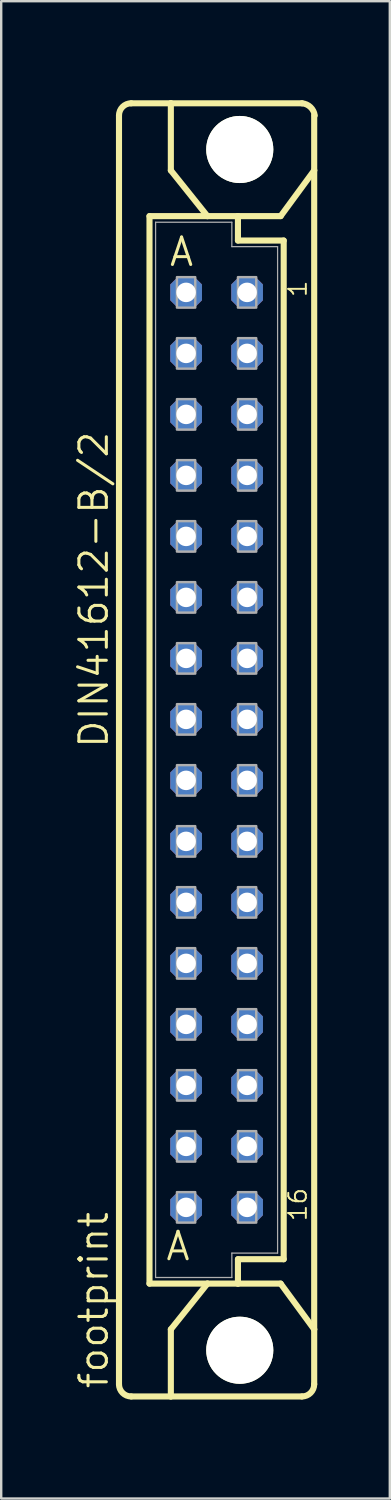
<source format=kicad_pcb>
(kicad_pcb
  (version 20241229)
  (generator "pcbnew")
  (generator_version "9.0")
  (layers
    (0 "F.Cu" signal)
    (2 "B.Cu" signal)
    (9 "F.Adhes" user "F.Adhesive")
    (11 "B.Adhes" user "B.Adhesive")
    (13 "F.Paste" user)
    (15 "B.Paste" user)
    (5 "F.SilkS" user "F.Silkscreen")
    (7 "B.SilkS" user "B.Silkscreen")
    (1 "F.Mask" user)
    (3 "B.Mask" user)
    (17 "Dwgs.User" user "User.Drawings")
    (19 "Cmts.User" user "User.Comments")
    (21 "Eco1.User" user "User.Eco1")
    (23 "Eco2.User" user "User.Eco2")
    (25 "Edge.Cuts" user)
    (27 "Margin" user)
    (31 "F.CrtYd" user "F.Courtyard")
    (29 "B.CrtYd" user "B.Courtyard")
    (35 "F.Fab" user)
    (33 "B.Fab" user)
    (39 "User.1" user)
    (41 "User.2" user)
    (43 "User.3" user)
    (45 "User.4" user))
  (footprint "footprint"
    (layer "F.Cu")
    (at 5.969 28.175)
    (property "Reference" "footprint" (at -4.445 26.67 90) (layer "F.SilkS") (effects (font (size 1.143 1.143) (thickness 0.127)) (justify left bottom)))
    (fp_line (start -4.064 26.416) (end -4.064 -26.416) (stroke (width 0.254) (type solid)) (layer "F.SilkS"))
    (fp_line (start -3.556 26.924) (end -1.905 26.924) (stroke (width 0.254) (type solid)) (layer "F.SilkS"))
    (fp_line (start -2.794 22.225) (end -2.794 -22.225) (stroke (width 0.254) (type solid)) (layer "F.SilkS"))
    (fp_line (start -1.905 -26.924) (end -3.556 -26.924) (stroke (width 0.254) (type solid)) (layer "F.SilkS"))
    (fp_line (start -1.905 -26.924) (end -1.905 -24.13) (stroke (width 0.254) (type solid)) (layer "F.SilkS"))
    (fp_line (start -1.905 26.924) (end -1.905 24.13) (stroke (width 0.254) (type solid)) (layer "F.SilkS"))
    (fp_line (start -1.905 26.924) (end 3.556 26.924) (stroke (width 0.254) (type solid)) (layer "F.SilkS"))
    (fp_line (start -0.381 -22.225) (end -2.794 -22.225) (stroke (width 0.254) (type solid)) (layer "F.SilkS"))
    (fp_line (start -0.381 -22.225) (end -1.905 -24.13) (stroke (width 0.254) (type solid)) (layer "F.SilkS"))
    (fp_line (start -0.381 -22.225) (end 0.889 -22.225) (stroke (width 0.254) (type solid)) (layer "F.SilkS"))
    (fp_line (start -0.381 22.225) (end -2.794 22.225) (stroke (width 0.254) (type solid)) (layer "F.SilkS"))
    (fp_line (start -0.381 22.225) (end -1.905 24.13) (stroke (width 0.254) (type solid)) (layer "F.SilkS"))
    (fp_line (start 0.889 -22.225) (end 2.667 -22.225) (stroke (width 0.254) (type solid)) (layer "F.SilkS"))
    (fp_line (start 0.889 -21.209) (end 0.889 -22.225) (stroke (width 0.254) (type solid)) (layer "F.SilkS"))
    (fp_line (start 0.889 21.209) (end 2.794 21.209) (stroke (width 0.254) (type solid)) (layer "F.SilkS"))
    (fp_line (start 0.889 22.225) (end -0.381 22.225) (stroke (width 0.254) (type solid)) (layer "F.SilkS"))
    (fp_line (start 0.889 22.225) (end 0.889 21.209) (stroke (width 0.254) (type solid)) (layer "F.SilkS"))
    (fp_line (start 0.889 22.225) (end 2.667 22.225) (stroke (width 0.254) (type solid)) (layer "F.SilkS"))
    (fp_line (start 2.667 -22.225) (end 4.064 -24.13) (stroke (width 0.254) (type solid)) (layer "F.SilkS"))
    (fp_line (start 2.667 22.225) (end 4.064 24.13) (stroke (width 0.254) (type solid)) (layer "F.SilkS"))
    (fp_line (start 2.794 -21.209) (end 0.889 -21.209) (stroke (width 0.254) (type solid)) (layer "F.SilkS"))
    (fp_line (start 2.794 21.209) (end 2.794 -21.209) (stroke (width 0.254) (type solid)) (layer "F.SilkS"))
    (fp_line (start 3.556 -26.924) (end -1.905 -26.924) (stroke (width 0.254) (type solid)) (layer "F.SilkS"))
    (fp_line (start 4.064 -24.13) (end 4.064 -26.416) (stroke (width 0.254) (type solid)) (layer "F.SilkS"))
    (fp_line (start 4.064 -24.13) (end 4.064 24.13) (stroke (width 0.254) (type solid)) (layer "F.SilkS"))
    (fp_line (start 4.064 26.416) (end 4.064 24.13) (stroke (width 0.254) (type solid)) (layer "F.SilkS"))
    (fp_arc (start -4.064 -26.416) (mid -3.91521 -26.77521) (end -3.556 -26.924) (stroke (width 0.254) (type solid)) (layer "F.SilkS"))
    (fp_arc (start -3.556 26.924) (mid -3.91521 26.77521) (end -4.064 26.416) (stroke (width 0.254) (type solid)) (layer "F.SilkS"))
    (fp_arc (start 3.556 -26.924) (mid 3.909437 -26.764314) (end 4.086 -26.418999) (stroke (width 0.254) (type solid)) (layer "F.SilkS"))
    (fp_arc (start 4.064 26.416) (mid 3.91521 26.77521) (end 3.556 26.924) (stroke (width 0.254) (type solid)) (layer "F.SilkS"))
    (fp_circle (center 0.965 -25) (end 2.235 -25) (stroke (width 0.254) (type solid)) (fill no) (layer "F.SilkS"))
    (fp_circle (center 0.965 25) (end 2.235 25) (stroke (width 0.254) (type solid)) (fill no) (layer "F.SilkS"))
    (fp_line (start -2.54 -21.971) (end -2.54 21.971) (stroke (width 0.051) (type solid)) (layer "F.Fab"))
    (fp_line (start 0.635 -21.971) (end -2.54 -21.971) (stroke (width 0.051) (type solid)) (layer "F.Fab"))
    (fp_line (start 0.635 -20.955) (end 0.635 -21.971) (stroke (width 0.051) (type solid)) (layer "F.Fab"))
    (fp_line (start 0.635 20.955) (end 0.635 21.971) (stroke (width 0.051) (type solid)) (layer "F.Fab"))
    (fp_line (start 0.635 20.955) (end 2.54 20.955) (stroke (width 0.051) (type solid)) (layer "F.Fab"))
    (fp_line (start 0.635 21.971) (end -2.54 21.971) (stroke (width 0.051) (type solid)) (layer "F.Fab"))
    (fp_line (start 2.54 -20.955) (end 0.635 -20.955) (stroke (width 0.051) (type solid)) (layer "F.Fab"))
    (fp_line (start 2.54 20.955) (end 2.54 -20.955) (stroke (width 0.051) (type solid)) (layer "F.Fab"))
    (fp_poly (pts (xy -1.651 -18.415) (xy -0.889 -18.415) (xy -0.889 -19.685) (xy -1.651 -19.685)) (stroke (width 0.1) (type solid)) (fill no) (layer "F.Fab"))
    (fp_poly (pts (xy -1.651 -15.875) (xy -0.889 -15.875) (xy -0.889 -17.145) (xy -1.651 -17.145)) (stroke (width 0.1) (type solid)) (fill no) (layer "F.Fab"))
    (fp_poly (pts (xy -1.651 -13.335) (xy -0.889 -13.335) (xy -0.889 -14.605) (xy -1.651 -14.605)) (stroke (width 0.1) (type solid)) (fill no) (layer "F.Fab"))
    (fp_poly (pts (xy -1.651 -10.795) (xy -0.889 -10.795) (xy -0.889 -12.065) (xy -1.651 -12.065)) (stroke (width 0.1) (type solid)) (fill no) (layer "F.Fab"))
    (fp_poly (pts (xy -1.651 -8.255) (xy -0.889 -8.255) (xy -0.889 -9.525) (xy -1.651 -9.525)) (stroke (width 0.1) (type solid)) (fill no) (layer "F.Fab"))
    (fp_poly (pts (xy -1.651 -5.715) (xy -0.889 -5.715) (xy -0.889 -6.985) (xy -1.651 -6.985)) (stroke (width 0.1) (type solid)) (fill no) (layer "F.Fab"))
    (fp_poly (pts (xy -1.651 -3.175) (xy -0.889 -3.175) (xy -0.889 -4.445) (xy -1.651 -4.445)) (stroke (width 0.1) (type solid)) (fill no) (layer "F.Fab"))
    (fp_poly (pts (xy -1.651 -0.635) (xy -0.889 -0.635) (xy -0.889 -1.905) (xy -1.651 -1.905)) (stroke (width 0.1) (type solid)) (fill no) (layer "F.Fab"))
    (fp_poly (pts (xy -1.651 1.905) (xy -0.889 1.905) (xy -0.889 0.635) (xy -1.651 0.635)) (stroke (width 0.1) (type solid)) (fill no) (layer "F.Fab"))
    (fp_poly (pts (xy -1.651 4.445) (xy -0.889 4.445) (xy -0.889 3.175) (xy -1.651 3.175)) (stroke (width 0.1) (type solid)) (fill no) (layer "F.Fab"))
    (fp_poly (pts (xy -1.651 6.985) (xy -0.889 6.985) (xy -0.889 5.715) (xy -1.651 5.715)) (stroke (width 0.1) (type solid)) (fill no) (layer "F.Fab"))
    (fp_poly (pts (xy -1.651 9.525) (xy -0.889 9.525) (xy -0.889 8.255) (xy -1.651 8.255)) (stroke (width 0.1) (type solid)) (fill no) (layer "F.Fab"))
    (fp_poly (pts (xy -1.651 12.065) (xy -0.889 12.065) (xy -0.889 10.795) (xy -1.651 10.795)) (stroke (width 0.1) (type solid)) (fill no) (layer "F.Fab"))
    (fp_poly (pts (xy -1.651 14.605) (xy -0.889 14.605) (xy -0.889 13.335) (xy -1.651 13.335)) (stroke (width 0.1) (type solid)) (fill no) (layer "F.Fab"))
    (fp_poly (pts (xy -1.651 17.145) (xy -0.889 17.145) (xy -0.889 15.875) (xy -1.651 15.875)) (stroke (width 0.1) (type solid)) (fill no) (layer "F.Fab"))
    (fp_poly (pts (xy -1.651 19.685) (xy -0.889 19.685) (xy -0.889 18.415) (xy -1.651 18.415)) (stroke (width 0.1) (type solid)) (fill no) (layer "F.Fab"))
    (fp_poly (pts (xy 0.889 -18.415) (xy 1.651 -18.415) (xy 1.651 -19.685) (xy 0.889 -19.685)) (stroke (width 0.1) (type solid)) (fill no) (layer "F.Fab"))
    (fp_poly (pts (xy 0.889 -15.875) (xy 1.651 -15.875) (xy 1.651 -17.145) (xy 0.889 -17.145)) (stroke (width 0.1) (type solid)) (fill no) (layer "F.Fab"))
    (fp_poly (pts (xy 0.889 -13.335) (xy 1.651 -13.335) (xy 1.651 -14.605) (xy 0.889 -14.605)) (stroke (width 0.1) (type solid)) (fill no) (layer "F.Fab"))
    (fp_poly (pts (xy 0.889 -10.795) (xy 1.651 -10.795) (xy 1.651 -12.065) (xy 0.889 -12.065)) (stroke (width 0.1) (type solid)) (fill no) (layer "F.Fab"))
    (fp_poly (pts (xy 0.889 -8.255) (xy 1.651 -8.255) (xy 1.651 -9.525) (xy 0.889 -9.525)) (stroke (width 0.1) (type solid)) (fill no) (layer "F.Fab"))
    (fp_poly (pts (xy 0.889 -5.715) (xy 1.651 -5.715) (xy 1.651 -6.985) (xy 0.889 -6.985)) (stroke (width 0.1) (type solid)) (fill no) (layer "F.Fab"))
    (fp_poly (pts (xy 0.889 -3.175) (xy 1.651 -3.175) (xy 1.651 -4.445) (xy 0.889 -4.445)) (stroke (width 0.1) (type solid)) (fill no) (layer "F.Fab"))
    (fp_poly (pts (xy 0.889 -0.635) (xy 1.651 -0.635) (xy 1.651 -1.905) (xy 0.889 -1.905)) (stroke (width 0.1) (type solid)) (fill no) (layer "F.Fab"))
    (fp_poly (pts (xy 0.889 1.905) (xy 1.651 1.905) (xy 1.651 0.635) (xy 0.889 0.635)) (stroke (width 0.1) (type solid)) (fill no) (layer "F.Fab"))
    (fp_poly (pts (xy 0.889 4.445) (xy 1.651 4.445) (xy 1.651 3.175) (xy 0.889 3.175)) (stroke (width 0.1) (type solid)) (fill no) (layer "F.Fab"))
    (fp_poly (pts (xy 0.889 6.985) (xy 1.651 6.985) (xy 1.651 5.715) (xy 0.889 5.715)) (stroke (width 0.1) (type solid)) (fill no) (layer "F.Fab"))
    (fp_poly (pts (xy 0.889 9.525) (xy 1.651 9.525) (xy 1.651 8.255) (xy 0.889 8.255)) (stroke (width 0.1) (type solid)) (fill no) (layer "F.Fab"))
    (fp_poly (pts (xy 0.889 12.065) (xy 1.651 12.065) (xy 1.651 10.795) (xy 0.889 10.795)) (stroke (width 0.1) (type solid)) (fill no) (layer "F.Fab"))
    (fp_poly (pts (xy 0.889 14.605) (xy 1.651 14.605) (xy 1.651 13.335) (xy 0.889 13.335)) (stroke (width 0.1) (type solid)) (fill no) (layer "F.Fab"))
    (fp_poly (pts (xy 0.889 17.145) (xy 1.651 17.145) (xy 1.651 15.875) (xy 0.889 15.875)) (stroke (width 0.1) (type solid)) (fill no) (layer "F.Fab"))
    (fp_poly (pts (xy 0.889 19.685) (xy 1.651 19.685) (xy 1.651 18.415) (xy 0.889 18.415)) (stroke (width 0.1) (type solid)) (fill no) (layer "F.Fab"))
    (fp_text user "A" (at -2.032 -20.066 0) (layer "F.SilkS") (effects (font (size 1.143 1.143) (thickness 0.127)) (justify left bottom)))
    (fp_text user "DIN41612-B/2" (at -4.445 0 90) (layer "F.SilkS") (effects (font (size 1.143 1.143) (thickness 0.127)) (justify left bottom)))
    (fp_text user "16" (at 3.81 19.685 90) (layer "F.SilkS") (effects (font (size 0.732 0.732) (thickness 0.081)) (justify left bottom)))
    (fp_text user "1" (at 3.81 -18.796 90) (layer "F.SilkS") (effects (font (size 0.732 0.732) (thickness 0.081)) (justify left bottom)))
    (fp_text user " A " (at -3.051 21.336 0) (layer "F.SilkS") (effects (font (size 1.143 1.143) (thickness 0.127)) (justify left bottom)))
    (pad "" np_thru_hole circle (at 0.965 -25) (size 2.794 2.794) (drill 2.794) (layers "*.Cu" "*.Mask"))
    (pad "" np_thru_hole circle (at 0.965 25) (size 2.794 2.794) (drill 2.794) (layers "*.Cu" "*.Mask"))
    (pad "A1" thru_hole roundrect (at -1.27 -19.05) (size 1.321 1.321) (drill 0.813) (layers "*.Cu" "*.Mask") (roundrect_rratio 0.25) (chamfer_ratio 0.25) (chamfer top_left top_right bottom_left bottom_right))
    (pad "A2" thru_hole roundrect (at -1.27 -16.51) (size 1.321 1.321) (drill 0.813) (layers "*.Cu" "*.Mask") (roundrect_rratio 0.25) (chamfer_ratio 0.25) (chamfer top_left top_right bottom_left bottom_right))
    (pad "A3" thru_hole roundrect (at -1.27 -13.97) (size 1.321 1.321) (drill 0.813) (layers "*.Cu" "*.Mask") (roundrect_rratio 0.25) (chamfer_ratio 0.25) (chamfer top_left top_right bottom_left bottom_right))
    (pad "A4" thru_hole roundrect (at -1.27 -11.43) (size 1.321 1.321) (drill 0.813) (layers "*.Cu" "*.Mask") (roundrect_rratio 0.25) (chamfer_ratio 0.25) (chamfer top_left top_right bottom_left bottom_right))
    (pad "A5" thru_hole roundrect (at -1.27 -8.89) (size 1.321 1.321) (drill 0.813) (layers "*.Cu" "*.Mask") (roundrect_rratio 0.25) (chamfer_ratio 0.25) (chamfer top_left top_right bottom_left bottom_right))
    (pad "A6" thru_hole roundrect (at -1.27 -6.35) (size 1.321 1.321) (drill 0.813) (layers "*.Cu" "*.Mask") (roundrect_rratio 0.25) (chamfer_ratio 0.25) (chamfer top_left top_right bottom_left bottom_right))
    (pad "A7" thru_hole roundrect (at -1.27 -3.81) (size 1.321 1.321) (drill 0.813) (layers "*.Cu" "*.Mask") (roundrect_rratio 0.25) (chamfer_ratio 0.25) (chamfer top_left top_right bottom_left bottom_right))
    (pad "A8" thru_hole roundrect (at -1.27 -1.27) (size 1.321 1.321) (drill 0.813) (layers "*.Cu" "*.Mask") (roundrect_rratio 0.25) (chamfer_ratio 0.25) (chamfer top_left top_right bottom_left bottom_right))
    (pad "A9" thru_hole roundrect (at -1.27 1.27) (size 1.321 1.321) (drill 0.813) (layers "*.Cu" "*.Mask") (roundrect_rratio 0.25) (chamfer_ratio 0.25) (chamfer top_left top_right bottom_left bottom_right))
    (pad "A10" thru_hole roundrect (at -1.27 3.81) (size 1.321 1.321) (drill 0.813) (layers "*.Cu" "*.Mask") (roundrect_rratio 0.25) (chamfer_ratio 0.25) (chamfer top_left top_right bottom_left bottom_right))
    (pad "A11" thru_hole roundrect (at -1.27 6.35) (size 1.321 1.321) (drill 0.813) (layers "*.Cu" "*.Mask") (roundrect_rratio 0.25) (chamfer_ratio 0.25) (chamfer top_left top_right bottom_left bottom_right))
    (pad "A12" thru_hole roundrect (at -1.27 8.89) (size 1.321 1.321) (drill 0.813) (layers "*.Cu" "*.Mask") (roundrect_rratio 0.25) (chamfer_ratio 0.25) (chamfer top_left top_right bottom_left bottom_right))
    (pad "A13" thru_hole roundrect (at -1.27 11.43) (size 1.321 1.321) (drill 0.813) (layers "*.Cu" "*.Mask") (roundrect_rratio 0.25) (chamfer_ratio 0.25) (chamfer top_left top_right bottom_left bottom_right))
    (pad "A14" thru_hole roundrect (at -1.27 13.97) (size 1.321 1.321) (drill 0.813) (layers "*.Cu" "*.Mask") (roundrect_rratio 0.25) (chamfer_ratio 0.25) (chamfer top_left top_right bottom_left bottom_right))
    (pad "A15" thru_hole roundrect (at -1.27 16.51) (size 1.321 1.321) (drill 0.813) (layers "*.Cu" "*.Mask") (roundrect_rratio 0.25) (chamfer_ratio 0.25) (chamfer top_left top_right bottom_left bottom_right))
    (pad "A16" thru_hole roundrect (at -1.27 19.05) (size 1.321 1.321) (drill 0.813) (layers "*.Cu" "*.Mask") (roundrect_rratio 0.25) (chamfer_ratio 0.25) (chamfer top_left top_right bottom_left bottom_right))
    (pad "B1" thru_hole roundrect (at 1.27 -19.05) (size 1.321 1.321) (drill 0.813) (layers "*.Cu" "*.Mask") (roundrect_rratio 0.25) (chamfer_ratio 0.25) (chamfer top_left top_right bottom_left bottom_right))
    (pad "B2" thru_hole roundrect (at 1.27 -16.51) (size 1.321 1.321) (drill 0.813) (layers "*.Cu" "*.Mask") (roundrect_rratio 0.25) (chamfer_ratio 0.25) (chamfer top_left top_right bottom_left bottom_right))
    (pad "B3" thru_hole roundrect (at 1.27 -13.97) (size 1.321 1.321) (drill 0.813) (layers "*.Cu" "*.Mask") (roundrect_rratio 0.25) (chamfer_ratio 0.25) (chamfer top_left top_right bottom_left bottom_right))
    (pad "B4" thru_hole roundrect (at 1.27 -11.43) (size 1.321 1.321) (drill 0.813) (layers "*.Cu" "*.Mask") (roundrect_rratio 0.25) (chamfer_ratio 0.25) (chamfer top_left top_right bottom_left bottom_right))
    (pad "B5" thru_hole roundrect (at 1.27 -8.89) (size 1.321 1.321) (drill 0.813) (layers "*.Cu" "*.Mask") (roundrect_rratio 0.25) (chamfer_ratio 0.25) (chamfer top_left top_right bottom_left bottom_right))
    (pad "B6" thru_hole roundrect (at 1.27 -6.35) (size 1.321 1.321) (drill 0.813) (layers "*.Cu" "*.Mask") (roundrect_rratio 0.25) (chamfer_ratio 0.25) (chamfer top_left top_right bottom_left bottom_right))
    (pad "B7" thru_hole roundrect (at 1.27 -3.81) (size 1.321 1.321) (drill 0.813) (layers "*.Cu" "*.Mask") (roundrect_rratio 0.25) (chamfer_ratio 0.25) (chamfer top_left top_right bottom_left bottom_right))
    (pad "B8" thru_hole roundrect (at 1.27 -1.27) (size 1.321 1.321) (drill 0.813) (layers "*.Cu" "*.Mask") (roundrect_rratio 0.25) (chamfer_ratio 0.25) (chamfer top_left top_right bottom_left bottom_right))
    (pad "B9" thru_hole roundrect (at 1.27 1.27) (size 1.321 1.321) (drill 0.813) (layers "*.Cu" "*.Mask") (roundrect_rratio 0.25) (chamfer_ratio 0.25) (chamfer top_left top_right bottom_left bottom_right))
    (pad "B10" thru_hole roundrect (at 1.27 3.81) (size 1.321 1.321) (drill 0.813) (layers "*.Cu" "*.Mask") (roundrect_rratio 0.25) (chamfer_ratio 0.25) (chamfer top_left top_right bottom_left bottom_right))
    (pad "B11" thru_hole roundrect (at 1.27 6.35) (size 1.321 1.321) (drill 0.813) (layers "*.Cu" "*.Mask") (roundrect_rratio 0.25) (chamfer_ratio 0.25) (chamfer top_left top_right bottom_left bottom_right))
    (pad "B12" thru_hole roundrect (at 1.27 8.89) (size 1.321 1.321) (drill 0.813) (layers "*.Cu" "*.Mask") (roundrect_rratio 0.25) (chamfer_ratio 0.25) (chamfer top_left top_right bottom_left bottom_right))
    (pad "B13" thru_hole roundrect (at 1.27 11.43) (size 1.321 1.321) (drill 0.813) (layers "*.Cu" "*.Mask") (roundrect_rratio 0.25) (chamfer_ratio 0.25) (chamfer top_left top_right bottom_left bottom_right))
    (pad "B14" thru_hole roundrect (at 1.27 13.97) (size 1.321 1.321) (drill 0.813) (layers "*.Cu" "*.Mask") (roundrect_rratio 0.25) (chamfer_ratio 0.25) (chamfer top_left top_right bottom_left bottom_right))
    (pad "B15" thru_hole roundrect (at 1.27 16.51) (size 1.321 1.321) (drill 0.813) (layers "*.Cu" "*.Mask") (roundrect_rratio 0.25) (chamfer_ratio 0.25) (chamfer top_left top_right bottom_left bottom_right))
    (pad "B16" thru_hole roundrect (at 1.27 19.05) (size 1.321 1.321) (drill 0.813) (layers "*.Cu" "*.Mask") (roundrect_rratio 0.25) (chamfer_ratio 0.25) (chamfer top_left top_right bottom_left bottom_right))
    (zone (net_name "") (layers "F.Cu" "B.Cu") (hatch edge 0.508) (connect_pads) (min_thickness 0.254) (filled_areas_thickness no) (keepout (tracks allowed) (vias not_allowed) (pads allowed) (copperpour allowed) (footprints allowed)) (placement (enabled no)) (fill) (polygon (pts (xy 10.109 3.175) (xy 10.061 2.624) (xy 9.918 2.089) (xy 9.684 1.587) (xy 9.366 1.134) (xy 8.975 0.743) (xy 8.522 0.425) (xy 8.02 0.191) (xy 7.486 0.048) (xy 6.934 0) (xy 6.383 0.048) (xy 5.848 0.191) (xy 5.347 0.425) (xy 4.893 0.743) (xy 4.502 1.134) (xy 4.185 1.587) (xy 3.951 2.089) (xy 3.807 2.624) (xy 3.759 3.175) (xy 3.807 3.726) (xy 3.951 4.261) (xy 4.185 4.763) (xy 4.502 5.216) (xy 4.893 5.607) (xy 5.347 5.925) (xy 5.848 6.159) (xy 6.383 6.302) (xy 6.934 6.35) (xy 7.486 6.302) (xy 8.02 6.159) (xy 8.522 5.925) (xy 8.975 5.607) (xy 9.366 5.216) (xy 9.684 4.763) (xy 9.918 4.261) (xy 10.061 3.726))) (polygon (pts (xy 8.331 3.175) (xy 8.31 2.932) (xy 8.247 2.697) (xy 8.144 2.477) (xy 8.004 2.277) (xy 7.832 2.105) (xy 7.633 1.965) (xy 7.412 1.862) (xy 7.177 1.799) (xy 6.934 1.778) (xy 6.692 1.799) (xy 6.456 1.862) (xy 6.236 1.965) (xy 6.036 2.105) (xy 5.864 2.277) (xy 5.724 2.477) (xy 5.621 2.697) (xy 5.558 2.932) (xy 5.537 3.175) (xy 5.558 3.418) (xy 5.621 3.653) (xy 5.724 3.873) (xy 5.864 4.073) (xy 6.036 4.245) (xy 6.236 4.385) (xy 6.456 4.488) (xy 6.692 4.551) (xy 6.934 4.572) (xy 7.177 4.551) (xy 7.412 4.488) (xy 7.633 4.385) (xy 7.832 4.245) (xy 8.004 4.073) (xy 8.144 3.873) (xy 8.247 3.653) (xy 8.31 3.418))))
    (zone (net_name "") (layers "F.Cu" "B.Cu") (hatch edge 0.508) (connect_pads) (min_thickness 0.254) (filled_areas_thickness no) (keepout (tracks allowed) (vias not_allowed) (pads allowed) (copperpour allowed) (footprints allowed)) (placement (enabled no)) (fill) (polygon (pts (xy 10.109 53.175) (xy 10.061 52.624) (xy 9.918 52.089) (xy 9.684 51.587) (xy 9.366 51.134) (xy 8.975 50.743) (xy 8.522 50.425) (xy 8.02 50.191) (xy 7.486 50.048) (xy 6.934 50) (xy 6.383 50.048) (xy 5.848 50.191) (xy 5.347 50.425) (xy 4.893 50.743) (xy 4.502 51.134) (xy 4.185 51.587) (xy 3.951 52.089) (xy 3.807 52.624) (xy 3.759 53.175) (xy 3.807 53.726) (xy 3.951 54.261) (xy 4.185 54.763) (xy 4.502 55.216) (xy 4.893 55.607) (xy 5.347 55.925) (xy 5.848 56.159) (xy 6.383 56.302) (xy 6.934 56.35) (xy 7.486 56.302) (xy 8.02 56.159) (xy 8.522 55.925) (xy 8.975 55.607) (xy 9.366 55.216) (xy 9.684 54.763) (xy 9.918 54.261) (xy 10.061 53.726))) (polygon (pts (xy 8.331 53.175) (xy 8.31 52.932) (xy 8.247 52.697) (xy 8.144 52.477) (xy 8.004 52.277) (xy 7.832 52.105) (xy 7.633 51.965) (xy 7.412 51.862) (xy 7.177 51.799) (xy 6.934 51.778) (xy 6.692 51.799) (xy 6.456 51.862) (xy 6.236 51.965) (xy 6.036 52.105) (xy 5.864 52.277) (xy 5.724 52.477) (xy 5.621 52.697) (xy 5.558 52.932) (xy 5.537 53.175) (xy 5.558 53.418) (xy 5.621 53.653) (xy 5.724 53.873) (xy 5.864 54.073) (xy 6.036 54.245) (xy 6.236 54.385) (xy 6.456 54.488) (xy 6.692 54.551) (xy 6.934 54.572) (xy 7.177 54.551) (xy 7.412 54.488) (xy 7.633 54.385) (xy 7.832 54.245) (xy 8.004 54.073) (xy 8.144 53.873) (xy 8.247 53.653) (xy 8.31 53.418))))
    (zone (net_name "") (layer "B.Cu") (hatch edge 0.508) (connect_pads) (min_thickness 0.254) (filled_areas_thickness no) (keepout (tracks not_allowed) (vias not_allowed) (pads not_allowed) (copperpour not_allowed) (footprints allowed)) (placement (enabled no)) (fill) (polygon (pts (xy 10.109 3.175) (xy 10.061 2.624) (xy 9.918 2.089) (xy 9.684 1.587) (xy 9.366 1.134) (xy 8.975 0.743) (xy 8.522 0.425) (xy 8.02 0.191) (xy 7.486 0.048) (xy 6.934 0) (xy 6.383 0.048) (xy 5.848 0.191) (xy 5.347 0.425) (xy 4.893 0.743) (xy 4.502 1.134) (xy 4.185 1.587) (xy 3.951 2.089) (xy 3.807 2.624) (xy 3.759 3.175) (xy 3.807 3.726) (xy 3.951 4.261) (xy 4.185 4.763) (xy 4.502 5.216) (xy 4.893 5.607) (xy 5.347 5.925) (xy 5.848 6.159) (xy 6.383 6.302) (xy 6.934 6.35) (xy 7.486 6.302) (xy 8.02 6.159) (xy 8.522 5.925) (xy 8.975 5.607) (xy 9.366 5.216) (xy 9.684 4.763) (xy 9.918 4.261) (xy 10.061 3.726))) (polygon (pts (xy 8.331 3.175) (xy 8.31 2.932) (xy 8.247 2.697) (xy 8.144 2.477) (xy 8.004 2.277) (xy 7.832 2.105) (xy 7.633 1.965) (xy 7.412 1.862) (xy 7.177 1.799) (xy 6.934 1.778) (xy 6.692 1.799) (xy 6.456 1.862) (xy 6.236 1.965) (xy 6.036 2.105) (xy 5.864 2.277) (xy 5.724 2.477) (xy 5.621 2.697) (xy 5.558 2.932) (xy 5.537 3.175) (xy 5.558 3.418) (xy 5.621 3.653) (xy 5.724 3.873) (xy 5.864 4.073) (xy 6.036 4.245) (xy 6.236 4.385) (xy 6.456 4.488) (xy 6.692 4.551) (xy 6.934 4.572) (xy 7.177 4.551) (xy 7.412 4.488) (xy 7.633 4.385) (xy 7.832 4.245) (xy 8.004 4.073) (xy 8.144 3.873) (xy 8.247 3.653) (xy 8.31 3.418))))
    (zone (net_name "") (layer "B.Cu") (hatch edge 0.508) (connect_pads) (min_thickness 0.254) (filled_areas_thickness no) (keepout (tracks not_allowed) (vias not_allowed) (pads not_allowed) (copperpour not_allowed) (footprints allowed)) (placement (enabled no)) (fill) (polygon (pts (xy 10.109 53.175) (xy 10.061 52.624) (xy 9.918 52.089) (xy 9.684 51.587) (xy 9.366 51.134) (xy 8.975 50.743) (xy 8.522 50.425) (xy 8.02 50.191) (xy 7.486 50.048) (xy 6.934 50) (xy 6.383 50.048) (xy 5.848 50.191) (xy 5.347 50.425) (xy 4.893 50.743) (xy 4.502 51.134) (xy 4.185 51.587) (xy 3.951 52.089) (xy 3.807 52.624) (xy 3.759 53.175) (xy 3.807 53.726) (xy 3.951 54.261) (xy 4.185 54.763) (xy 4.502 55.216) (xy 4.893 55.607) (xy 5.347 55.925) (xy 5.848 56.159) (xy 6.383 56.302) (xy 6.934 56.35) (xy 7.486 56.302) (xy 8.02 56.159) (xy 8.522 55.925) (xy 8.975 55.607) (xy 9.366 55.216) (xy 9.684 54.763) (xy 9.918 54.261) (xy 10.061 53.726))) (polygon (pts (xy 8.331 53.175) (xy 8.31 52.932) (xy 8.247 52.697) (xy 8.144 52.477) (xy 8.004 52.277) (xy 7.832 52.105) (xy 7.633 51.965) (xy 7.412 51.862) (xy 7.177 51.799) (xy 6.934 51.778) (xy 6.692 51.799) (xy 6.456 51.862) (xy 6.236 51.965) (xy 6.036 52.105) (xy 5.864 52.277) (xy 5.724 52.477) (xy 5.621 52.697) (xy 5.558 52.932) (xy 5.537 53.175) (xy 5.558 53.418) (xy 5.621 53.653) (xy 5.724 53.873) (xy 5.864 54.073) (xy 6.036 54.245) (xy 6.236 54.385) (xy 6.456 54.488) (xy 6.692 54.551) (xy 6.934 54.572) (xy 7.177 54.551) (xy 7.412 54.488) (xy 7.633 54.385) (xy 7.832 54.245) (xy 8.004 54.073) (xy 8.144 53.873) (xy 8.247 53.653) (xy 8.31 53.418)))))
  (gr_rect
    (start -3 -3)
    (end 13.182 59.35)
    (stroke (width 0.1) (type default))
    (fill no)
    (layer "Edge.Cuts")))
</source>
